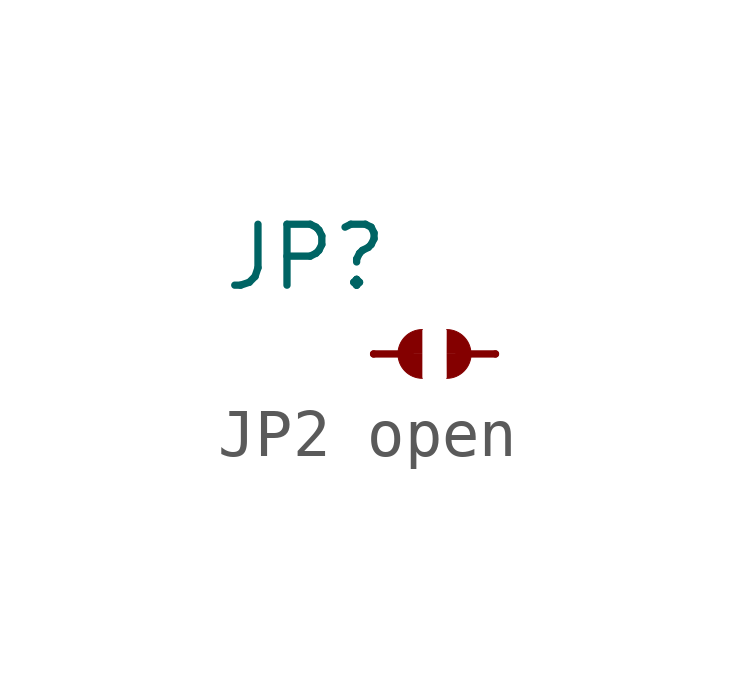
<source format=kicad_sym>
(kicad_symbol_lib
  (version 20220914)
  (generator kicad_symbol_editor)
  (symbol "JP2 open"
    (property "Reference" "JP"
      (at -3.175 1.27 0)
      (effects (font (size 1.27 1.27)) (justify left bottom)))
    (symbol "JP2 open_1_0"
      (polyline (pts (xy 0 0) (xy 0.762 0)) (stroke (width 0.152) (type solid)) (fill (type none)))
      (polyline (pts (xy 2.54 0) (xy 1.778 0)) (stroke (width 0.152) (type solid)) (fill (type none)))
      (arc (start 0.508 0) (mid 0.6568 -0.3592) (end 1.016 -0.508) (stroke (width 0.0001) (type solid)) (fill (type outline)))
      (arc (start 1.016 0.508) (mid 0.6568 0.3592) (end 0.508 0) (stroke (width 0.0001) (type solid)) (fill (type outline)))
      (arc (start 1.524 -0.508) (mid 1.8832 -0.3592) (end 2.032 0) (stroke (width 0.0001) (type solid)) (fill (type outline)))
      (arc (start 2.032 0) (mid 1.8832 0.3592) (end 1.524 0.508) (stroke (width 0.0001) (type solid)) (fill (type outline)))
      (pin passive line (at 0 0 270) (length 0) (name "1" (effects (font (size 0 0)))) (number "1" (effects (font (size 0 0)))))
      (pin passive line (at 2.54 0 270) (length 0) (name "2" (effects (font (size 0 0)))) (number "2" (effects (font (size 0 0))))))))
</source>
